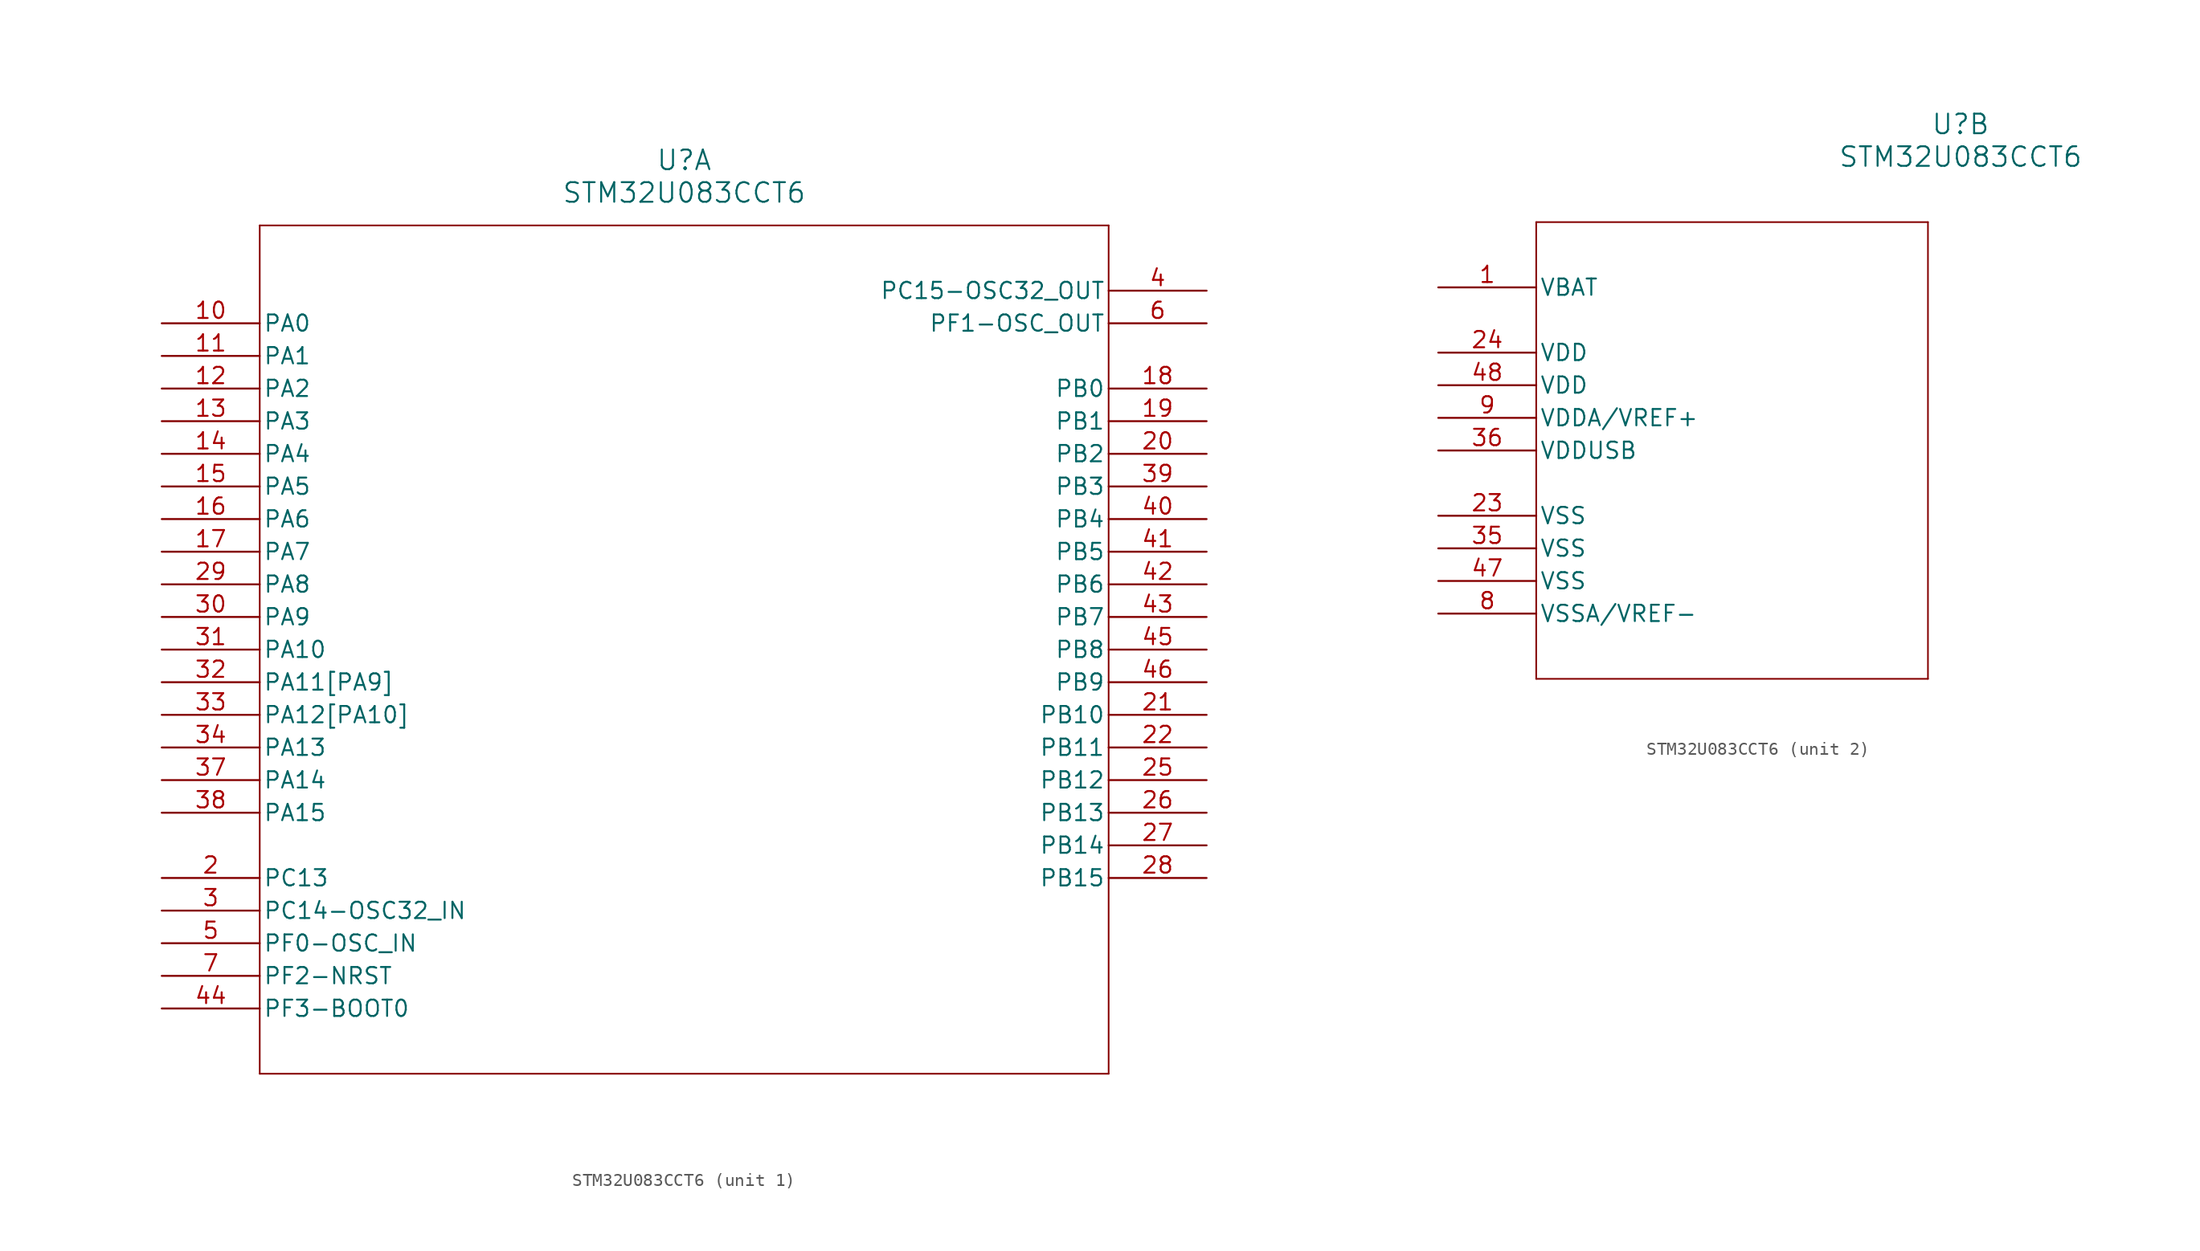
<source format=kicad_sym>
(kicad_symbol_lib
  (version 20231120)
  (generator "kicad_symbol_editor")
  (generator_version "8.0")
  (symbol "STM32U083CCT6"
    (pin_names
      (offset 0.254))
    (property "Reference" "U"
      (at 40.64 12.7 0)
      (effects (font (size 1.524 1.524))))
    (property "Value" "STM32U083CCT6"
      (at 40.64 10.16 0)
      (effects (font (size 1.524 1.524))))
    (property "ki_locked" ""
      (at 0 0 0)
      (effects (font (size 1.27 1.27))))
    (symbol "STM32U083CCT6_1_1"
      (polyline (pts (xy 7.62 -58.42) (xy 73.66 -58.42)) (stroke (width 0.127) (type default)) (fill (type none)))
      (polyline (pts (xy 7.62 7.62) (xy 7.62 -58.42)) (stroke (width 0.127) (type default)) (fill (type none)))
      (polyline (pts (xy 73.66 -58.42) (xy 73.66 7.62)) (stroke (width 0.127) (type default)) (fill (type none)))
      (polyline (pts (xy 73.66 7.62) (xy 7.62 7.62)) (stroke (width 0.127) (type default)) (fill (type none)))
      (pin bidirectional line (at 0 0 0) (length 7.62) (name "PA0" (effects (font (size 1.27 1.27)))) (number "10" (effects (font (size 1.27 1.27)))))
      (pin bidirectional line (at 0 -2.54 0) (length 7.62) (name "PA1" (effects (font (size 1.27 1.27)))) (number "11" (effects (font (size 1.27 1.27)))))
      (pin bidirectional line (at 0 -5.08 0) (length 7.62) (name "PA2" (effects (font (size 1.27 1.27)))) (number "12" (effects (font (size 1.27 1.27)))))
      (pin bidirectional line (at 0 -7.62 0) (length 7.62) (name "PA3" (effects (font (size 1.27 1.27)))) (number "13" (effects (font (size 1.27 1.27)))))
      (pin bidirectional line (at 0 -10.16 0) (length 7.62) (name "PA4" (effects (font (size 1.27 1.27)))) (number "14" (effects (font (size 1.27 1.27)))))
      (pin bidirectional line (at 0 -12.7 0) (length 7.62) (name "PA5" (effects (font (size 1.27 1.27)))) (number "15" (effects (font (size 1.27 1.27)))))
      (pin bidirectional line (at 0 -15.24 0) (length 7.62) (name "PA6" (effects (font (size 1.27 1.27)))) (number "16" (effects (font (size 1.27 1.27)))))
      (pin bidirectional line (at 0 -17.78 0) (length 7.62) (name "PA7" (effects (font (size 1.27 1.27)))) (number "17" (effects (font (size 1.27 1.27)))))
      (pin bidirectional line (at 81.28 -5.08 180) (length 7.62) (name "PB0" (effects (font (size 1.27 1.27)))) (number "18" (effects (font (size 1.27 1.27)))))
      (pin bidirectional line (at 81.28 -7.62 180) (length 7.62) (name "PB1" (effects (font (size 1.27 1.27)))) (number "19" (effects (font (size 1.27 1.27)))))
      (pin bidirectional line (at 0 -43.18 0) (length 7.62) (name "PC13" (effects (font (size 1.27 1.27)))) (number "2" (effects (font (size 1.27 1.27)))))
      (pin bidirectional line (at 81.28 -10.16 180) (length 7.62) (name "PB2" (effects (font (size 1.27 1.27)))) (number "20" (effects (font (size 1.27 1.27)))))
      (pin bidirectional line (at 81.28 -30.48 180) (length 7.62) (name "PB10" (effects (font (size 1.27 1.27)))) (number "21" (effects (font (size 1.27 1.27)))))
      (pin bidirectional line (at 81.28 -33.02 180) (length 7.62) (name "PB11" (effects (font (size 1.27 1.27)))) (number "22" (effects (font (size 1.27 1.27)))))
      (pin bidirectional line (at 81.28 -35.56 180) (length 7.62) (name "PB12" (effects (font (size 1.27 1.27)))) (number "25" (effects (font (size 1.27 1.27)))))
      (pin bidirectional line (at 81.28 -38.1 180) (length 7.62) (name "PB13" (effects (font (size 1.27 1.27)))) (number "26" (effects (font (size 1.27 1.27)))))
      (pin bidirectional line (at 81.28 -40.64 180) (length 7.62) (name "PB14" (effects (font (size 1.27 1.27)))) (number "27" (effects (font (size 1.27 1.27)))))
      (pin bidirectional line (at 81.28 -43.18 180) (length 7.62) (name "PB15" (effects (font (size 1.27 1.27)))) (number "28" (effects (font (size 1.27 1.27)))))
      (pin bidirectional line (at 0 -20.32 0) (length 7.62) (name "PA8" (effects (font (size 1.27 1.27)))) (number "29" (effects (font (size 1.27 1.27)))))
      (pin bidirectional line (at 0 -45.72 0) (length 7.62) (name "PC14-OSC32_IN" (effects (font (size 1.27 1.27)))) (number "3" (effects (font (size 1.27 1.27)))))
      (pin bidirectional line (at 0 -22.86 0) (length 7.62) (name "PA9" (effects (font (size 1.27 1.27)))) (number "30" (effects (font (size 1.27 1.27)))))
      (pin bidirectional line (at 0 -25.4 0) (length 7.62) (name "PA10" (effects (font (size 1.27 1.27)))) (number "31" (effects (font (size 1.27 1.27)))))
      (pin bidirectional line (at 0 -27.94 0) (length 7.62) (name "PA11[PA9]" (effects (font (size 1.27 1.27)))) (number "32" (effects (font (size 1.27 1.27)))))
      (pin bidirectional line (at 0 -30.48 0) (length 7.62) (name "PA12[PA10]" (effects (font (size 1.27 1.27)))) (number "33" (effects (font (size 1.27 1.27)))))
      (pin bidirectional line (at 0 -33.02 0) (length 7.62) (name "PA13" (effects (font (size 1.27 1.27)))) (number "34" (effects (font (size 1.27 1.27)))))
      (pin bidirectional line (at 0 -35.56 0) (length 7.62) (name "PA14" (effects (font (size 1.27 1.27)))) (number "37" (effects (font (size 1.27 1.27)))))
      (pin bidirectional line (at 0 -38.1 0) (length 7.62) (name "PA15" (effects (font (size 1.27 1.27)))) (number "38" (effects (font (size 1.27 1.27)))))
      (pin bidirectional line (at 81.28 -12.7 180) (length 7.62) (name "PB3" (effects (font (size 1.27 1.27)))) (number "39" (effects (font (size 1.27 1.27)))))
      (pin bidirectional line (at 81.28 2.54 180) (length 7.62) (name "PC15-OSC32_OUT" (effects (font (size 1.27 1.27)))) (number "4" (effects (font (size 1.27 1.27)))))
      (pin bidirectional line (at 81.28 -15.24 180) (length 7.62) (name "PB4" (effects (font (size 1.27 1.27)))) (number "40" (effects (font (size 1.27 1.27)))))
      (pin bidirectional line (at 81.28 -17.78 180) (length 7.62) (name "PB5" (effects (font (size 1.27 1.27)))) (number "41" (effects (font (size 1.27 1.27)))))
      (pin bidirectional line (at 81.28 -20.32 180) (length 7.62) (name "PB6" (effects (font (size 1.27 1.27)))) (number "42" (effects (font (size 1.27 1.27)))))
      (pin bidirectional line (at 81.28 -22.86 180) (length 7.62) (name "PB7" (effects (font (size 1.27 1.27)))) (number "43" (effects (font (size 1.27 1.27)))))
      (pin bidirectional line (at 0 -53.34 0) (length 7.62) (name "PF3-BOOT0" (effects (font (size 1.27 1.27)))) (number "44" (effects (font (size 1.27 1.27)))))
      (pin bidirectional line (at 81.28 -25.4 180) (length 7.62) (name "PB8" (effects (font (size 1.27 1.27)))) (number "45" (effects (font (size 1.27 1.27)))))
      (pin bidirectional line (at 81.28 -27.94 180) (length 7.62) (name "PB9" (effects (font (size 1.27 1.27)))) (number "46" (effects (font (size 1.27 1.27)))))
      (pin bidirectional line (at 0 -48.26 0) (length 7.62) (name "PF0-OSC_IN" (effects (font (size 1.27 1.27)))) (number "5" (effects (font (size 1.27 1.27)))))
      (pin bidirectional line (at 81.28 0 180) (length 7.62) (name "PF1-OSC_OUT" (effects (font (size 1.27 1.27)))) (number "6" (effects (font (size 1.27 1.27)))))
      (pin bidirectional line (at 0 -50.8 0) (length 7.62) (name "PF2-NRST" (effects (font (size 1.27 1.27)))) (number "7" (effects (font (size 1.27 1.27))))))
    (symbol "STM32U083CCT6_2_1"
      (polyline (pts (xy 7.62 -30.48) (xy 38.1 -30.48)) (stroke (width 0.127) (type default)) (fill (type none)))
      (polyline (pts (xy 7.62 5.08) (xy 7.62 -30.48)) (stroke (width 0.127) (type default)) (fill (type none)))
      (polyline (pts (xy 38.1 -30.48) (xy 38.1 5.08)) (stroke (width 0.127) (type default)) (fill (type none)))
      (polyline (pts (xy 38.1 5.08) (xy 7.62 5.08)) (stroke (width 0.127) (type default)) (fill (type none)))
      (pin power_in line (at 0 0 0) (length 7.62) (name "VBAT" (effects (font (size 1.27 1.27)))) (number "1" (effects (font (size 1.27 1.27)))))
      (pin power_in line (at 0 -17.78 0) (length 7.62) (name "VSS" (effects (font (size 1.27 1.27)))) (number "23" (effects (font (size 1.27 1.27)))))
      (pin power_in line (at 0 -5.08 0) (length 7.62) (name "VDD" (effects (font (size 1.27 1.27)))) (number "24" (effects (font (size 1.27 1.27)))))
      (pin power_in line (at 0 -20.32 0) (length 7.62) (name "VSS" (effects (font (size 1.27 1.27)))) (number "35" (effects (font (size 1.27 1.27)))))
      (pin power_in line (at 0 -12.7 0) (length 7.62) (name "VDDUSB" (effects (font (size 1.27 1.27)))) (number "36" (effects (font (size 1.27 1.27)))))
      (pin power_in line (at 0 -22.86 0) (length 7.62) (name "VSS" (effects (font (size 1.27 1.27)))) (number "47" (effects (font (size 1.27 1.27)))))
      (pin power_in line (at 0 -7.62 0) (length 7.62) (name "VDD" (effects (font (size 1.27 1.27)))) (number "48" (effects (font (size 1.27 1.27)))))
      (pin power_in line (at 0 -25.4 0) (length 7.62) (name "VSSA/VREF-" (effects (font (size 1.27 1.27)))) (number "8" (effects (font (size 1.27 1.27)))))
      (pin power_in line (at 0 -10.16 0) (length 7.62) (name "VDDA/VREF+" (effects (font (size 1.27 1.27)))) (number "9" (effects (font (size 1.27 1.27))))))))
</source>
